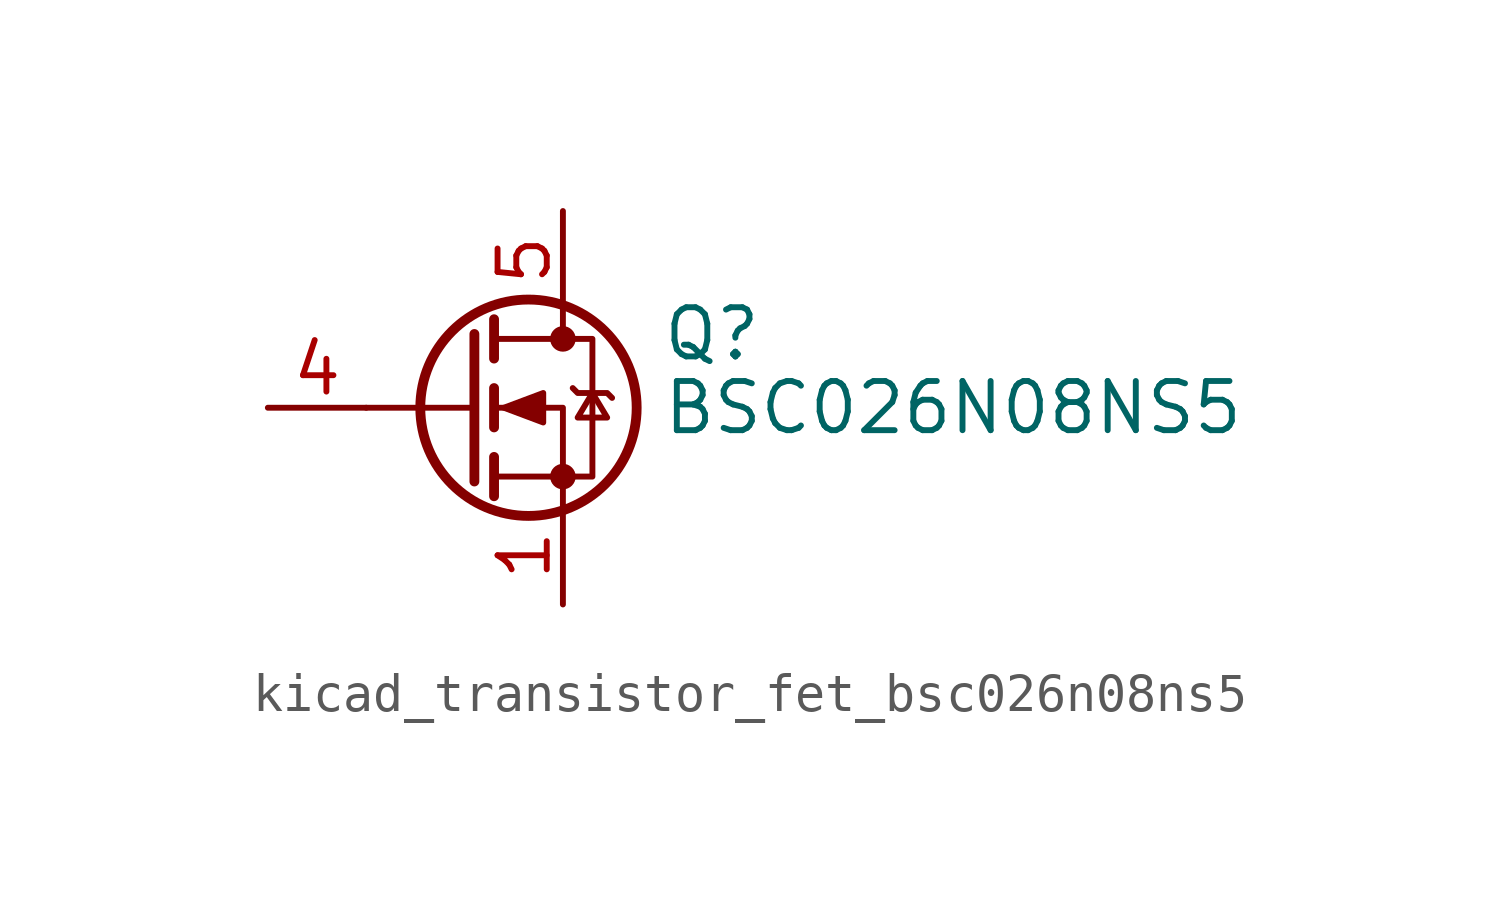
<source format=kicad_sym>
(kicad_symbol_lib
  (version 20220914)
  (generator kicad_symbol_editor)
  (symbol "kicad_transistor_fet_bsc026n08ns5"
    (pin_names hide)
    (property "Reference" "Q"
      (at 5.08 1.905 0)
      (effects (font (size 1.27 1.27)) (justify left)))
    (property "Value" "BSC026N08NS5"
      (at 5.08 0 0)
      (effects (font (size 1.27 1.27)) (justify left)))
    (symbol "kicad_transistor_fet_bsc026n08ns5_0_1"
      (polyline (pts (xy 0.254 0) (xy -2.54 0)) (stroke (width 0) (type default)) (fill (type none)))
      (polyline (pts (xy 0.254 1.905) (xy 0.254 -1.905)) (stroke (width 0.254) (type default)) (fill (type none)))
      (polyline (pts (xy 0.762 -1.27) (xy 0.762 -2.286)) (stroke (width 0.254) (type default)) (fill (type none)))
      (polyline (pts (xy 0.762 0.508) (xy 0.762 -0.508)) (stroke (width 0.254) (type default)) (fill (type none)))
      (polyline (pts (xy 0.762 2.286) (xy 0.762 1.27)) (stroke (width 0.254) (type default)) (fill (type none)))
      (polyline (pts (xy 2.54 2.54) (xy 2.54 1.778)) (stroke (width 0) (type default)) (fill (type none)))
      (polyline (pts (xy 2.54 -2.54) (xy 2.54 0) (xy 0.762 0)) (stroke (width 0) (type default)) (fill (type none)))
      (polyline (pts (xy 0.762 -1.778) (xy 3.302 -1.778) (xy 3.302 1.778) (xy 0.762 1.778)) (stroke (width 0) (type default)) (fill (type none)))
      (polyline (pts (xy 1.016 0) (xy 2.032 0.381) (xy 2.032 -0.381) (xy 1.016 0)) (stroke (width 0) (type default)) (fill (type outline)))
      (polyline (pts (xy 2.794 0.508) (xy 2.921 0.381) (xy 3.683 0.381) (xy 3.81 0.254)) (stroke (width 0) (type default)) (fill (type none)))
      (polyline (pts (xy 3.302 0.381) (xy 2.921 -0.254) (xy 3.683 -0.254) (xy 3.302 0.381)) (stroke (width 0) (type default)) (fill (type none)))
      (circle (center 1.651 0) (radius 2.794) (stroke (width 0.254) (type default)) (fill (type none)))
      (circle (center 2.54 -1.778) (radius 0.254) (stroke (width 0) (type default)) (fill (type outline)))
      (circle (center 2.54 1.778) (radius 0.254) (stroke (width 0) (type default)) (fill (type outline))))
    (symbol "kicad_transistor_fet_bsc026n08ns5_1_1"
      (pin passive line (at 2.54 -5.08 90) (length 2.54) (name "S" (effects (font (size 1.27 1.27)))) (number "1" (effects (font (size 1.27 1.27)))))
      (pin passive line (at 2.54 -5.08 90) (length 2.54) hide (name "S" (effects (font (size 1.27 1.27)))) (number "2" (effects (font (size 1.27 1.27)))))
      (pin passive line (at 2.54 -5.08 90) (length 2.54) hide (name "S" (effects (font (size 1.27 1.27)))) (number "3" (effects (font (size 1.27 1.27)))))
      (pin passive line (at -5.08 0 0) (length 2.54) (name "G" (effects (font (size 1.27 1.27)))) (number "4" (effects (font (size 1.27 1.27)))))
      (pin passive line (at 2.54 5.08 270) (length 2.54) (name "D" (effects (font (size 1.27 1.27)))) (number "5" (effects (font (size 1.27 1.27))))))))
</source>
